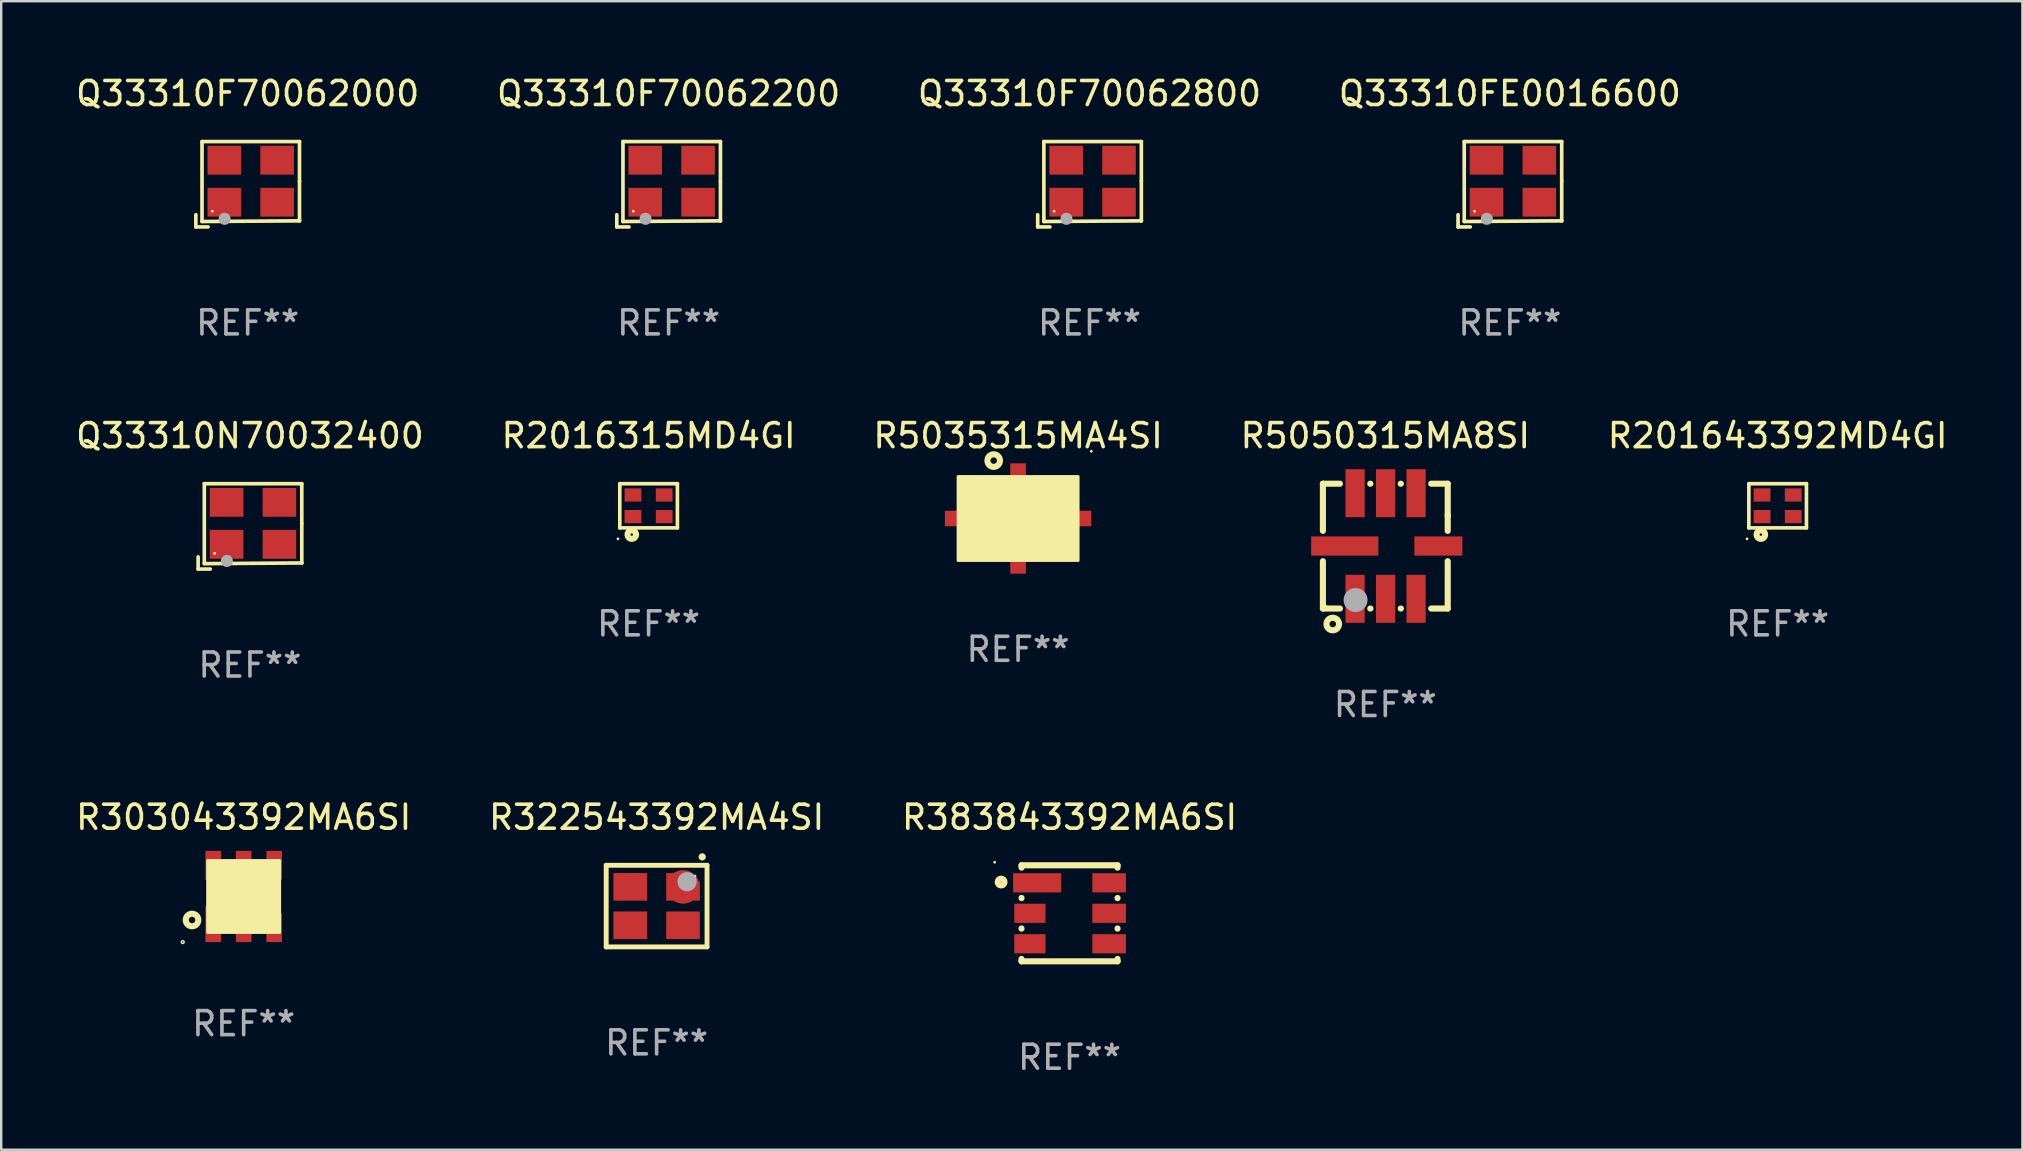
<source format=kicad_pcb>
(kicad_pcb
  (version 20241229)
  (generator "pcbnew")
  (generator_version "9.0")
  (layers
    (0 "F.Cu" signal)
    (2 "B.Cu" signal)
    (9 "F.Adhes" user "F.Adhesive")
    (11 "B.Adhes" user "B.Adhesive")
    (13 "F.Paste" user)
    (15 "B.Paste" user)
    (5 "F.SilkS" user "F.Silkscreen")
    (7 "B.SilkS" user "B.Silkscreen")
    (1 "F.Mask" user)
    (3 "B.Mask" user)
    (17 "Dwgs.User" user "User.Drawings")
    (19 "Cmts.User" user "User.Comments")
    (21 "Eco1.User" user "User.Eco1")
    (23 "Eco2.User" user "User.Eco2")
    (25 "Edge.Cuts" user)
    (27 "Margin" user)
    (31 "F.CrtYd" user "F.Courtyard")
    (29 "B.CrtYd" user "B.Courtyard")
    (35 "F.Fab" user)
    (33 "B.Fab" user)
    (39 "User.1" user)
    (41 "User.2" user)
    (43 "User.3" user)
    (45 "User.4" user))
  (footprint "Q33310FE0016600"
    (layer "F.Cu")
    (at 59.851 4.626)
    (property "Reference" "Q33310FE0016600" (at 0 -3.778 0) (layer "F.SilkS") (effects (font (size 1 1) (thickness 0.15))))
    (attr through_hole)
    (fp_line (start -2.159 1.27) (end -2.159 1.778) (stroke (width 0.152) (type solid)) (layer "F.SilkS"))
    (fp_line (start -2.159 1.778) (end -1.651 1.778) (stroke (width 0.152) (type solid)) (layer "F.SilkS"))
    (fp_line (start -1.902 -1.778) (end 2.159 -1.778) (stroke (width 0.152) (type solid)) (layer "F.SilkS"))
    (fp_line (start -1.902 1.552) (end -1.902 -1.778) (stroke (width 0.152) (type solid)) (layer "F.SilkS"))
    (fp_line (start 2.159 -1.778) (end 2.159 -0.127) (stroke (width 0.152) (type solid)) (layer "F.SilkS"))
    (fp_line (start 2.159 -0.127) (end 2.159 1.524) (stroke (width 0.152) (type solid)) (layer "F.SilkS"))
    (fp_line (start 2.159 1.524) (end -1.902 1.552) (stroke (width 0.152) (type solid)) (layer "F.SilkS"))
    (fp_line (start 2.159 1.524) (end 2.159 1.524) (stroke (width 0.152) (type solid)) (layer "F.SilkS"))
    (fp_circle (center -1.473 1.123) (end -1.443 1.123) (stroke (width 0.06) (type solid)) (fill no) (layer "F.SilkS"))
    (fp_circle (center -0.961 1.44) (end -0.834 1.44) (stroke (width 0.254) (type solid)) (fill no) (layer "F.Fab"))
    (fp_text user "REF**" (at 0 5.778 0) (layer "F.Fab") (effects (font (size 1 1) (thickness 0.15))))
    (pad "1" smd rect (at -0.973 0.748) (size 1.4 1.2) (layers "F.Cu" "F.Mask" "F.Paste"))
    (pad "2" smd rect (at 1.227 0.748) (size 1.4 1.2) (layers "F.Cu" "F.Mask" "F.Paste"))
    (pad "3" smd rect (at 1.227 -1.002) (size 1.4 1.2) (layers "F.Cu" "F.Mask" "F.Paste"))
    (pad "4" smd rect (at -0.973 -1.002) (size 1.4 1.2) (layers "F.Cu" "F.Mask" "F.Paste")))
  (footprint "R201643392MD4GI"
    (layer "F.Cu")
    (at 71.006 18.021)
    (property "Reference" "R201643392MD4GI" (at 0 -2.92 0) (layer "F.SilkS") (effects (font (size 1 1) (thickness 0.15))))
    (attr through_hole)
    (fp_line (start -1.2 -0.92) (end 1.2 -0.92) (stroke (width 0.152) (type solid)) (layer "F.SilkS"))
    (fp_line (start -1.2 0.92) (end -1.2 -0.92) (stroke (width 0.152) (type solid)) (layer "F.SilkS"))
    (fp_line (start 1.2 -0.92) (end 1.2 0.92) (stroke (width 0.152) (type solid)) (layer "F.SilkS"))
    (fp_line (start 1.2 0.92) (end -1.2 0.92) (stroke (width 0.152) (type solid)) (layer "F.SilkS"))
    (fp_circle (center -1.276 1.377) (end -1.246 1.377) (stroke (width 0.06) (type solid)) (fill no) (layer "F.SilkS"))
    (fp_circle (center -0.7 1.2) (end -0.65 1.2) (stroke (width 0.254) (type solid)) (fill no) (layer "F.SilkS"))
    (fp_text user "REF**" (at 0 4.92 0) (layer "F.Fab") (effects (font (size 1 1) (thickness 0.15))))
    (pad "1" smd rect (at -0.65 0.45) (size 0.7 0.55) (layers "F.Cu" "F.Mask" "F.Paste"))
    (pad "2" smd rect (at 0.65 0.45) (size 0.7 0.55) (layers "F.Cu" "F.Mask" "F.Paste"))
    (pad "3" smd rect (at 0.65 -0.45) (size 0.7 0.55) (layers "F.Cu" "F.Mask" "F.Paste"))
    (pad "4" smd rect (at -0.65 -0.45) (size 0.7 0.55) (layers "F.Cu" "F.Mask" "F.Paste")))
  (footprint "Q33310N70032400"
    (layer "F.Cu")
    (at 7.363 18.879)
    (property "Reference" "Q33310N70032400" (at 0 -3.778 0) (layer "F.SilkS") (effects (font (size 1 1) (thickness 0.15))))
    (attr through_hole)
    (fp_line (start -2.159 1.27) (end -2.159 1.778) (stroke (width 0.152) (type solid)) (layer "F.SilkS"))
    (fp_line (start -2.159 1.778) (end -1.651 1.778) (stroke (width 0.152) (type solid)) (layer "F.SilkS"))
    (fp_line (start -1.902 -1.778) (end 2.159 -1.778) (stroke (width 0.152) (type solid)) (layer "F.SilkS"))
    (fp_line (start -1.902 1.552) (end -1.902 -1.778) (stroke (width 0.152) (type solid)) (layer "F.SilkS"))
    (fp_line (start 2.159 -1.778) (end 2.159 -0.127) (stroke (width 0.152) (type solid)) (layer "F.SilkS"))
    (fp_line (start 2.159 -0.127) (end 2.159 1.524) (stroke (width 0.152) (type solid)) (layer "F.SilkS"))
    (fp_line (start 2.159 1.524) (end -1.902 1.552) (stroke (width 0.152) (type solid)) (layer "F.SilkS"))
    (fp_line (start 2.159 1.524) (end 2.159 1.524) (stroke (width 0.152) (type solid)) (layer "F.SilkS"))
    (fp_circle (center -1.473 1.123) (end -1.443 1.123) (stroke (width 0.06) (type solid)) (fill no) (layer "F.SilkS"))
    (fp_circle (center -0.961 1.44) (end -0.834 1.44) (stroke (width 0.254) (type solid)) (fill no) (layer "F.Fab"))
    (fp_text user "REF**" (at 0 5.778 0) (layer "F.Fab") (effects (font (size 1 1) (thickness 0.15))))
    (pad "1" smd rect (at -0.973 0.748) (size 1.4 1.2) (layers "F.Cu" "F.Mask" "F.Paste"))
    (pad "2" smd rect (at 1.227 0.748) (size 1.4 1.2) (layers "F.Cu" "F.Mask" "F.Paste"))
    (pad "3" smd rect (at 1.227 -1.002) (size 1.4 1.2) (layers "F.Cu" "F.Mask" "F.Paste"))
    (pad "4" smd rect (at -0.973 -1.002) (size 1.4 1.2) (layers "F.Cu" "F.Mask" "F.Paste")))
  (footprint "Q33310F70062800"
    (layer "F.Cu")
    (at 42.339 4.626)
    (property "Reference" "Q33310F70062800" (at 0 -3.778 0) (layer "F.SilkS") (effects (font (size 1 1) (thickness 0.15))))
    (attr through_hole)
    (fp_line (start -2.159 1.27) (end -2.159 1.778) (stroke (width 0.152) (type solid)) (layer "F.SilkS"))
    (fp_line (start -2.159 1.778) (end -1.651 1.778) (stroke (width 0.152) (type solid)) (layer "F.SilkS"))
    (fp_line (start -1.902 -1.778) (end 2.159 -1.778) (stroke (width 0.152) (type solid)) (layer "F.SilkS"))
    (fp_line (start -1.902 1.552) (end -1.902 -1.778) (stroke (width 0.152) (type solid)) (layer "F.SilkS"))
    (fp_line (start 2.159 -1.778) (end 2.159 -0.127) (stroke (width 0.152) (type solid)) (layer "F.SilkS"))
    (fp_line (start 2.159 -0.127) (end 2.159 1.524) (stroke (width 0.152) (type solid)) (layer "F.SilkS"))
    (fp_line (start 2.159 1.524) (end -1.902 1.552) (stroke (width 0.152) (type solid)) (layer "F.SilkS"))
    (fp_line (start 2.159 1.524) (end 2.159 1.524) (stroke (width 0.152) (type solid)) (layer "F.SilkS"))
    (fp_circle (center -1.473 1.123) (end -1.443 1.123) (stroke (width 0.06) (type solid)) (fill no) (layer "F.SilkS"))
    (fp_circle (center -0.961 1.44) (end -0.834 1.44) (stroke (width 0.254) (type solid)) (fill no) (layer "F.Fab"))
    (fp_text user "REF**" (at 0 5.778 0) (layer "F.Fab") (effects (font (size 1 1) (thickness 0.15))))
    (pad "1" smd rect (at -0.973 0.748) (size 1.4 1.2) (layers "F.Cu" "F.Mask" "F.Paste"))
    (pad "2" smd rect (at 1.227 0.748) (size 1.4 1.2) (layers "F.Cu" "F.Mask" "F.Paste"))
    (pad "3" smd rect (at 1.227 -1.002) (size 1.4 1.2) (layers "F.Cu" "F.Mask" "F.Paste"))
    (pad "4" smd rect (at -0.973 -1.002) (size 1.4 1.2) (layers "F.Cu" "F.Mask" "F.Paste")))
  (footprint "R5035315MA4SI"
    (layer "F.Cu")
    (at 39.363 18.551)
    (property "Reference" "R5035315MA4SI" (at 0 -3.45 0) (layer "F.SilkS") (effects (font (size 1 1) (thickness 0.15))))
    (attr through_hole)
    (fp_circle (center -1.016 -2.413) (end -0.754 -2.413) (stroke (width 0.254) (type solid)) (fill no) (layer "F.SilkS"))
    (fp_circle (center 3.05 -2.802) (end 3.08 -2.802) (stroke (width 0.06) (type solid)) (fill no) (layer "F.SilkS"))
    (fp_poly (pts (xy -2.5 -1.75) (xy 2.5 -1.75) (xy 2.5 1.75) (xy -2.5 1.75)) (stroke (width 0.12) (type solid)) (fill yes) (layer "F.SilkS"))
    (fp_text user "REF**" (at 0 5.45 0) (layer "F.Fab") (effects (font (size 1 1) (thickness 0.15))))
    (pad "1" smd rect (at 0.000127 -1.45 270) (size 1.7 0.65) (layers "F.Cu" "F.Mask" "F.Paste"))
    (pad "2" smd rect (at -2.2 0) (size 1.7 0.65) (layers "F.Cu" "F.Mask" "F.Paste"))
    (pad "3" smd rect (at 0.000127 1.45 90) (size 1.7 0.65) (layers "F.Cu" "F.Mask" "F.Paste"))
    (pad "4" smd rect (at 2.2 0 180) (size 1.7 0.65) (layers "F.Cu" "F.Mask" "F.Paste")))
  (footprint "R303043392MA6SI"
    (layer "F.Cu")
    (at 7.101 34.297)
    (property "Reference" "R303043392MA6SI" (at 0 -3.3 0) (layer "F.SilkS") (effects (font (size 1 1) (thickness 0.15))))
    (attr through_hole)
    (fp_circle (center -2.539 1.9) (end -2.51 1.9) (stroke (width 0.06) (type solid)) (fill no) (layer "F.SilkS"))
    (fp_circle (center -2.151 0.98) (end -1.889 0.98) (stroke (width 0.254) (type solid)) (fill no) (layer "F.SilkS"))
    (fp_poly (pts (xy -1.501 -1.5) (xy 1.499 -1.5) (xy 1.499 1.5) (xy -1.501 1.5)) (stroke (width 0.12) (type solid)) (fill yes) (layer "F.SilkS"))
    (fp_text user "REF**" (at 0 5.3 0) (layer "F.Fab") (effects (font (size 1 1) (thickness 0.15))))
    (pad "1" smd rect (at -1.271 1.15 90) (size 1.5 0.65) (layers "F.Cu" "F.Mask" "F.Paste"))
    (pad "2" smd rect (at -0.001 1.3 90) (size 1.2 0.65) (layers "F.Cu" "F.Mask" "F.Paste"))
    (pad "3" smd rect (at 1.269 1.3 270) (size 1.2 0.65) (layers "F.Cu" "F.Mask" "F.Paste"))
    (pad "4" smd rect (at 1.271 -1.3 270) (size 1.2 0.65) (layers "F.Cu" "F.Mask" "F.Paste"))
    (pad "5" smd rect (at 0.001 -1.3 270) (size 1.2 0.65) (layers "F.Cu" "F.Mask" "F.Paste"))
    (pad "6" smd rect (at -1.269 -1.3 270) (size 1.2 0.65) (layers "F.Cu" "F.Mask" "F.Paste")))
  (footprint "R5050315MA8SI"
    (layer "F.Cu")
    (at 54.661 19.701)
    (property "Reference" "R5050315MA8SI" (at 0 -4.6 0) (layer "F.SilkS") (effects (font (size 1 1) (thickness 0.15))))
    (attr through_hole)
    (fp_line (start -2.6 -2.6) (end -1.89 -2.6) (stroke (width 0.254) (type solid)) (layer "F.SilkS"))
    (fp_line (start -2.6 -0.635) (end -2.6 -2.6) (stroke (width 0.254) (type solid)) (layer "F.SilkS"))
    (fp_line (start -2.6 2.6) (end -2.6 0.627) (stroke (width 0.254) (type solid)) (layer "F.SilkS"))
    (fp_line (start -1.89 2.6) (end -2.6 2.6) (stroke (width 0.254) (type solid)) (layer "F.SilkS"))
    (fp_line (start -0.628 -2.6) (end -0.62 -2.6) (stroke (width 0.254) (type solid)) (layer "F.SilkS"))
    (fp_line (start -0.62 2.6) (end -0.628 2.6) (stroke (width 0.254) (type solid)) (layer "F.SilkS"))
    (fp_line (start 0.642 -2.6) (end 0.65 -2.6) (stroke (width 0.254) (type solid)) (layer "F.SilkS"))
    (fp_line (start 0.65 2.6) (end 0.642 2.6) (stroke (width 0.254) (type solid)) (layer "F.SilkS"))
    (fp_line (start 1.912 -2.6) (end 2.6 -2.6) (stroke (width 0.254) (type solid)) (layer "F.SilkS"))
    (fp_line (start 2.6 -2.6) (end 2.6 -1.25) (stroke (width 0.254) (type solid)) (layer "F.SilkS"))
    (fp_line (start 2.6 -1.3) (end 2.6 -0.635) (stroke (width 0.254) (type solid)) (layer "F.SilkS"))
    (fp_line (start 2.6 0.627) (end 2.6 2.6) (stroke (width 0.254) (type solid)) (layer "F.SilkS"))
    (fp_line (start 2.6 2.6) (end 1.912 2.6) (stroke (width 0.254) (type solid)) (layer "F.SilkS"))
    (fp_circle (center -2.489 2.496) (end -2.459 2.496) (stroke (width 0.06) (type solid)) (fill no) (layer "F.SilkS"))
    (fp_circle (center -2.189 3.246) (end -1.927 3.246) (stroke (width 0.254) (type solid)) (fill no) (layer "F.SilkS"))
    (fp_circle (center -1.239 2.246) (end -0.989 2.246) (stroke (width 0.5) (type solid)) (fill no) (layer "F.Fab"))
    (fp_text user "REF**" (at 0 6.6 0) (layer "F.Fab") (effects (font (size 1 1) (thickness 0.15))))
    (pad "1" smd rect (at -1.259 2.196 90) (size 2 0.8) (layers "F.Cu" "F.Mask" "F.Paste"))
    (pad "2" smd rect (at 0.011 2.196 90) (size 2 0.8) (layers "F.Cu" "F.Mask" "F.Paste"))
    (pad "3" smd rect (at 1.281 2.196 90) (size 2 0.8) (layers "F.Cu" "F.Mask" "F.Paste"))
    (pad "4" smd rect (at 2.211 -0.004 180) (size 2 0.8) (layers "F.Cu" "F.Mask" "F.Paste"))
    (pad "5" smd rect (at 1.281 -2.204 270) (size 2 0.8) (layers "F.Cu" "F.Mask" "F.Paste"))
    (pad "6" smd rect (at 0.011 -2.204 270) (size 2 0.8) (layers "F.Cu" "F.Mask" "F.Paste"))
    (pad "7" smd rect (at -1.259 -2.204 270) (size 2 0.8) (layers "F.Cu" "F.Mask" "F.Paste"))
    (pad "8" smd rect (at -1.689 -0.004) (size 2.8 0.8) (layers "F.Cu" "F.Mask" "F.Paste")))
  (footprint "R322543392MA4SI"
    (layer "F.Cu")
    (at 24.304 34.697)
    (property "Reference" "R322543392MA4SI" (at 0 -3.7 0) (layer "F.SilkS") (effects (font (size 1 1) (thickness 0.15))))
    (attr through_hole)
    (fp_line (start -2.1 -1.7) (end -2.1 1.7) (stroke (width 0.203) (type solid)) (layer "F.SilkS"))
    (fp_line (start -2.1 1.7) (end 2.1 1.7) (stroke (width 0.203) (type solid)) (layer "F.SilkS"))
    (fp_line (start 2.1 -1.7) (end -2.1 -1.7) (stroke (width 0.203) (type solid)) (layer "F.SilkS"))
    (fp_line (start 2.1 1.7) (end 2.1 -1.7) (stroke (width 0.203) (type solid)) (layer "F.SilkS"))
    (fp_arc (start 1.897384 -2.049784) (mid 1.898654 -2.049789) (end 1.899924 -2.049784) (stroke (width 0.3) (type solid)) (layer "F.SilkS"))
    (fp_circle (center 1.6 -1.25) (end 1.63 -1.25) (stroke (width 0.06) (type solid)) (fill no) (layer "F.SilkS"))
    (fp_circle (center 1.27 -1.016) (end 1.47 -1.016) (stroke (width 0.4) (type solid)) (fill no) (layer "F.Fab"))
    (fp_text user "REF**" (at 0 5.7 0) (layer "F.Fab") (effects (font (size 1 1) (thickness 0.15))))
    (pad "1" smd custom (at 1.1 -0.8 180) (size 1.4 1.15) (layers "F.Cu" "F.Mask" "F.Paste") (options (anchor circle)) (primitives (gr_poly (pts (xy 0.7 0.575) (xy -0.338 0.575) (xy -0.7 0.196) (xy -0.7 -0.575) (xy 0.7 -0.575)) (width 0) (fill yes))))
    (pad "2" smd rect (at -1.1 -0.8 180) (size 1.4 1.15) (layers "F.Cu" "F.Mask" "F.Paste"))
    (pad "3" smd rect (at -1.1 0.8 180) (size 1.4 1.15) (layers "F.Cu" "F.Mask" "F.Paste"))
    (pad "4" smd rect (at 1.1 0.8 180) (size 1.4 1.15) (layers "F.Cu" "F.Mask" "F.Paste")))
  (footprint "Q33310F70062200"
    (layer "F.Cu")
    (at 24.804 4.626)
    (property "Reference" "Q33310F70062200" (at 0 -3.778 0) (layer "F.SilkS") (effects (font (size 1 1) (thickness 0.15))))
    (attr through_hole)
    (fp_line (start -2.159 1.27) (end -2.159 1.778) (stroke (width 0.152) (type solid)) (layer "F.SilkS"))
    (fp_line (start -2.159 1.778) (end -1.651 1.778) (stroke (width 0.152) (type solid)) (layer "F.SilkS"))
    (fp_line (start -1.902 -1.778) (end 2.159 -1.778) (stroke (width 0.152) (type solid)) (layer "F.SilkS"))
    (fp_line (start -1.902 1.552) (end -1.902 -1.778) (stroke (width 0.152) (type solid)) (layer "F.SilkS"))
    (fp_line (start 2.159 -1.778) (end 2.159 -0.127) (stroke (width 0.152) (type solid)) (layer "F.SilkS"))
    (fp_line (start 2.159 -0.127) (end 2.159 1.524) (stroke (width 0.152) (type solid)) (layer "F.SilkS"))
    (fp_line (start 2.159 1.524) (end -1.902 1.552) (stroke (width 0.152) (type solid)) (layer "F.SilkS"))
    (fp_line (start 2.159 1.524) (end 2.159 1.524) (stroke (width 0.152) (type solid)) (layer "F.SilkS"))
    (fp_circle (center -1.473 1.123) (end -1.443 1.123) (stroke (width 0.06) (type solid)) (fill no) (layer "F.SilkS"))
    (fp_circle (center -0.961 1.44) (end -0.834 1.44) (stroke (width 0.254) (type solid)) (fill no) (layer "F.Fab"))
    (fp_text user "REF**" (at 0 5.778 0) (layer "F.Fab") (effects (font (size 1 1) (thickness 0.15))))
    (pad "1" smd rect (at -0.973 0.748) (size 1.4 1.2) (layers "F.Cu" "F.Mask" "F.Paste"))
    (pad "2" smd rect (at 1.227 0.748) (size 1.4 1.2) (layers "F.Cu" "F.Mask" "F.Paste"))
    (pad "3" smd rect (at 1.227 -1.002) (size 1.4 1.2) (layers "F.Cu" "F.Mask" "F.Paste"))
    (pad "4" smd rect (at -0.973 -1.002) (size 1.4 1.2) (layers "F.Cu" "F.Mask" "F.Paste")))
  (footprint "Q33310F70062000"
    (layer "F.Cu")
    (at 7.268 4.626)
    (property "Reference" "Q33310F70062000" (at 0 -3.778 0) (layer "F.SilkS") (effects (font (size 1 1) (thickness 0.15))))
    (attr through_hole)
    (fp_line (start -2.159 1.27) (end -2.159 1.778) (stroke (width 0.152) (type solid)) (layer "F.SilkS"))
    (fp_line (start -2.159 1.778) (end -1.651 1.778) (stroke (width 0.152) (type solid)) (layer "F.SilkS"))
    (fp_line (start -1.902 -1.778) (end 2.159 -1.778) (stroke (width 0.152) (type solid)) (layer "F.SilkS"))
    (fp_line (start -1.902 1.552) (end -1.902 -1.778) (stroke (width 0.152) (type solid)) (layer "F.SilkS"))
    (fp_line (start 2.159 -1.778) (end 2.159 -0.127) (stroke (width 0.152) (type solid)) (layer "F.SilkS"))
    (fp_line (start 2.159 -0.127) (end 2.159 1.524) (stroke (width 0.152) (type solid)) (layer "F.SilkS"))
    (fp_line (start 2.159 1.524) (end -1.902 1.552) (stroke (width 0.152) (type solid)) (layer "F.SilkS"))
    (fp_line (start 2.159 1.524) (end 2.159 1.524) (stroke (width 0.152) (type solid)) (layer "F.SilkS"))
    (fp_circle (center -1.473 1.123) (end -1.443 1.123) (stroke (width 0.06) (type solid)) (fill no) (layer "F.SilkS"))
    (fp_circle (center -0.961 1.44) (end -0.834 1.44) (stroke (width 0.254) (type solid)) (fill no) (layer "F.Fab"))
    (fp_text user "REF**" (at 0 5.778 0) (layer "F.Fab") (effects (font (size 1 1) (thickness 0.15))))
    (pad "1" smd rect (at -0.973 0.748) (size 1.4 1.2) (layers "F.Cu" "F.Mask" "F.Paste"))
    (pad "2" smd rect (at 1.227 0.748) (size 1.4 1.2) (layers "F.Cu" "F.Mask" "F.Paste"))
    (pad "3" smd rect (at 1.227 -1.002) (size 1.4 1.2) (layers "F.Cu" "F.Mask" "F.Paste"))
    (pad "4" smd rect (at -0.973 -1.002) (size 1.4 1.2) (layers "F.Cu" "F.Mask" "F.Paste")))
  (footprint "R2016315MD4GI"
    (layer "F.Cu")
    (at 23.97 18.021)
    (property "Reference" "R2016315MD4GI" (at 0 -2.92 0) (layer "F.SilkS") (effects (font (size 1 1) (thickness 0.15))))
    (attr through_hole)
    (fp_line (start -1.2 -0.92) (end 1.2 -0.92) (stroke (width 0.152) (type solid)) (layer "F.SilkS"))
    (fp_line (start -1.2 0.92) (end -1.2 -0.92) (stroke (width 0.152) (type solid)) (layer "F.SilkS"))
    (fp_line (start 1.2 -0.92) (end 1.2 0.92) (stroke (width 0.152) (type solid)) (layer "F.SilkS"))
    (fp_line (start 1.2 0.92) (end -1.2 0.92) (stroke (width 0.152) (type solid)) (layer "F.SilkS"))
    (fp_circle (center -1.276 1.377) (end -1.246 1.377) (stroke (width 0.06) (type solid)) (fill no) (layer "F.SilkS"))
    (fp_circle (center -0.7 1.2) (end -0.65 1.2) (stroke (width 0.254) (type solid)) (fill no) (layer "F.SilkS"))
    (fp_text user "REF**" (at 0 4.92 0) (layer "F.Fab") (effects (font (size 1 1) (thickness 0.15))))
    (pad "1" smd rect (at -0.65 0.45) (size 0.7 0.55) (layers "F.Cu" "F.Mask" "F.Paste"))
    (pad "2" smd rect (at 0.65 0.45) (size 0.7 0.55) (layers "F.Cu" "F.Mask" "F.Paste"))
    (pad "3" smd rect (at 0.65 -0.45) (size 0.7 0.55) (layers "F.Cu" "F.Mask" "F.Paste"))
    (pad "4" smd rect (at -0.65 -0.45) (size 0.7 0.55) (layers "F.Cu" "F.Mask" "F.Paste")))
  (footprint "R383843392MA6SI"
    (layer "F.Cu")
    (at 41.506 34.997)
    (property "Reference" "R383843392MA6SI" (at 0 -4 0) (layer "F.SilkS") (effects (font (size 1 1) (thickness 0.15))))
    (attr through_hole)
    (fp_line (start -2 -2) (end -2 -1.901) (stroke (width 0.254) (type solid)) (layer "F.SilkS"))
    (fp_line (start -2 -2) (end 2 -2) (stroke (width 0.254) (type solid)) (layer "F.SilkS"))
    (fp_line (start -2 -0.639) (end -2 -0.631) (stroke (width 0.254) (type solid)) (layer "F.SilkS"))
    (fp_line (start -2 0.631) (end -2 0.639) (stroke (width 0.254) (type solid)) (layer "F.SilkS"))
    (fp_line (start -2 1.901) (end -2 2) (stroke (width 0.254) (type solid)) (layer "F.SilkS"))
    (fp_line (start 2 -2) (end 2 -1.901) (stroke (width 0.254) (type solid)) (layer "F.SilkS"))
    (fp_line (start 2 -0.639) (end 2 -0.631) (stroke (width 0.254) (type solid)) (layer "F.SilkS"))
    (fp_line (start 2 0.631) (end 2 0.639) (stroke (width 0.254) (type solid)) (layer "F.SilkS"))
    (fp_line (start 2 1.901) (end 2 2) (stroke (width 0.254) (type solid)) (layer "F.SilkS"))
    (fp_line (start 2 2) (end -2 2) (stroke (width 0.254) (type solid)) (layer "F.SilkS"))
    (fp_circle (center -3.118 -2.127) (end -3.088 -2.127) (stroke (width 0.06) (type solid)) (fill no) (layer "F.SilkS"))
    (fp_circle (center -2.85 -1.3) (end -2.708 -1.3) (stroke (width 0.254) (type solid)) (fill no) (layer "F.SilkS"))
    (fp_text user "REF**" (at 0 6 0) (layer "F.Fab") (effects (font (size 1 1) (thickness 0.15))))
    (pad "1" smd rect (at -1.35 -1.27 90) (size 0.8 2) (layers "F.Cu" "F.Mask" "F.Paste"))
    (pad "2" smd rect (at -1.65 0 90) (size 0.8 1.3) (layers "F.Cu" "F.Mask" "F.Paste"))
    (pad "3" smd rect (at -1.65 1.27 90) (size 0.8 1.3) (layers "F.Cu" "F.Mask" "F.Paste"))
    (pad "4" smd rect (at 1.65 1.27 90) (size 0.8 1.4) (layers "F.Cu" "F.Mask" "F.Paste"))
    (pad "5" smd rect (at 1.65 0 90) (size 0.8 1.4) (layers "F.Cu" "F.Mask" "F.Paste"))
    (pad "6" smd rect (at 1.65 -1.27 90) (size 0.8 1.4) (layers "F.Cu" "F.Mask" "F.Paste")))
  (gr_rect
    (start -3 -3)
    (end 81.202 44.846)
    (stroke (width 0.1) (type default))
    (fill no)
    (layer "Edge.Cuts")))
</source>
